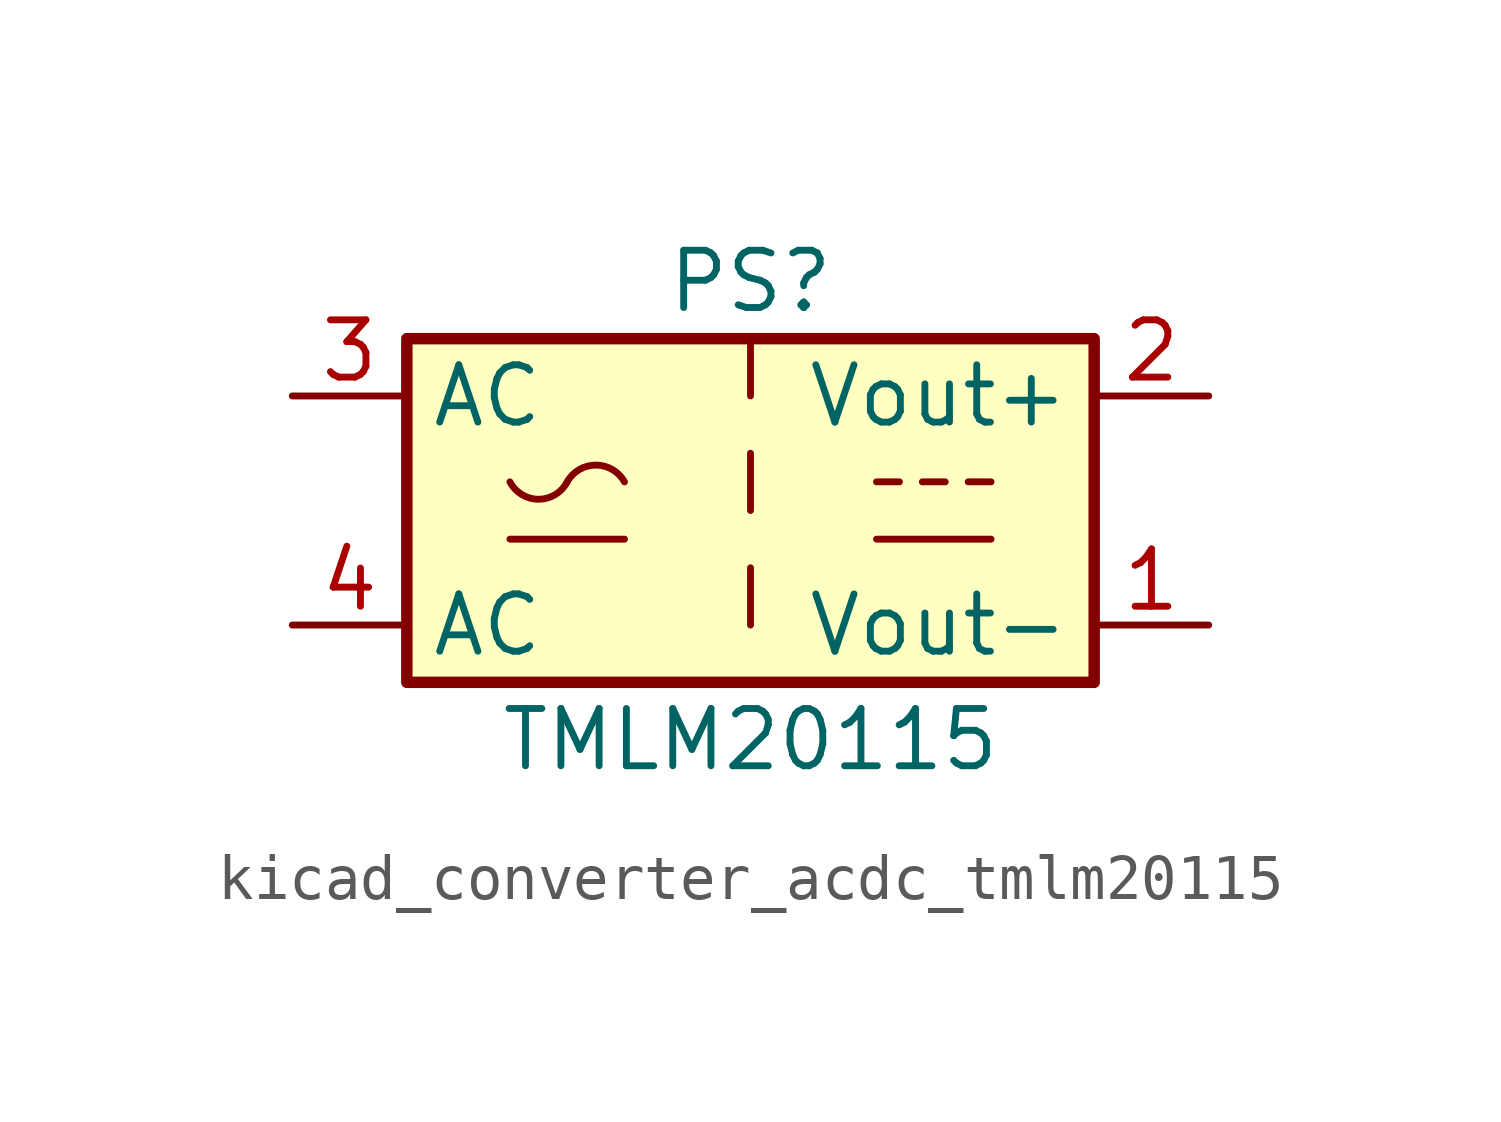
<source format=kicad_sym>
(kicad_symbol_lib
  (version 20220914)
  (generator kicad_symbol_editor)
  (symbol "kicad_converter_acdc_tmlm20115"
    (property "Reference" "PS"
      (at 0 5.08 0)
      (effects (font (size 1.27 1.27))))
    (property "Value" "TMLM20115"
      (at 0 -5.08 0)
      (effects (font (size 1.27 1.27))))
    (symbol "kicad_converter_acdc_tmlm20115_0_1"
      (rectangle (start -7.62 3.81) (end 7.62 -3.81) (stroke (width 0.254) (type default)) (fill (type background)))
      (arc (start -5.334 0.635) (mid -4.699 0.2495) (end -4.064 0.635) (stroke (width 0) (type default)) (fill (type none)))
      (arc (start -2.794 0.635) (mid -3.429 1.0072) (end -4.064 0.635) (stroke (width 0) (type default)) (fill (type none)))
      (polyline (pts (xy -5.334 -0.635) (xy -2.794 -0.635)) (stroke (width 0) (type default)) (fill (type none)))
      (polyline (pts (xy 2.794 -0.635) (xy 5.334 -0.635)) (stroke (width 0) (type default)) (fill (type none)))
      (polyline (pts (xy 2.794 0.635) (xy 3.302 0.635)) (stroke (width 0) (type default)) (fill (type none)))
      (polyline (pts (xy 3.81 0.635) (xy 4.318 0.635)) (stroke (width 0) (type default)) (fill (type none)))
      (polyline (pts (xy 4.826 0.635) (xy 5.334 0.635)) (stroke (width 0) (type default)) (fill (type none))))
    (symbol "kicad_converter_acdc_tmlm20115_1_1"
      (polyline (pts (xy 0 -1.27) (xy 0 -2.54)) (stroke (width 0) (type default)) (fill (type none)))
      (polyline (pts (xy 0 1.27) (xy 0 0)) (stroke (width 0) (type default)) (fill (type none)))
      (polyline (pts (xy 0 3.81) (xy 0 2.54)) (stroke (width 0) (type default)) (fill (type none)))
      (pin power_out line (at 10.16 -2.54 180) (length 2.54) (name "Vout-" (effects (font (size 1.27 1.27)))) (number "1" (effects (font (size 1.27 1.27)))))
      (pin power_out line (at 10.16 2.54 180) (length 2.54) (name "Vout+" (effects (font (size 1.27 1.27)))) (number "2" (effects (font (size 1.27 1.27)))))
      (pin power_in line (at -10.16 2.54 0) (length 2.54) (name "AC" (effects (font (size 1.27 1.27)))) (number "3" (effects (font (size 1.27 1.27)))))
      (pin power_in line (at -10.16 -2.54 0) (length 2.54) (name "AC" (effects (font (size 1.27 1.27)))) (number "4" (effects (font (size 1.27 1.27))))))))
</source>
